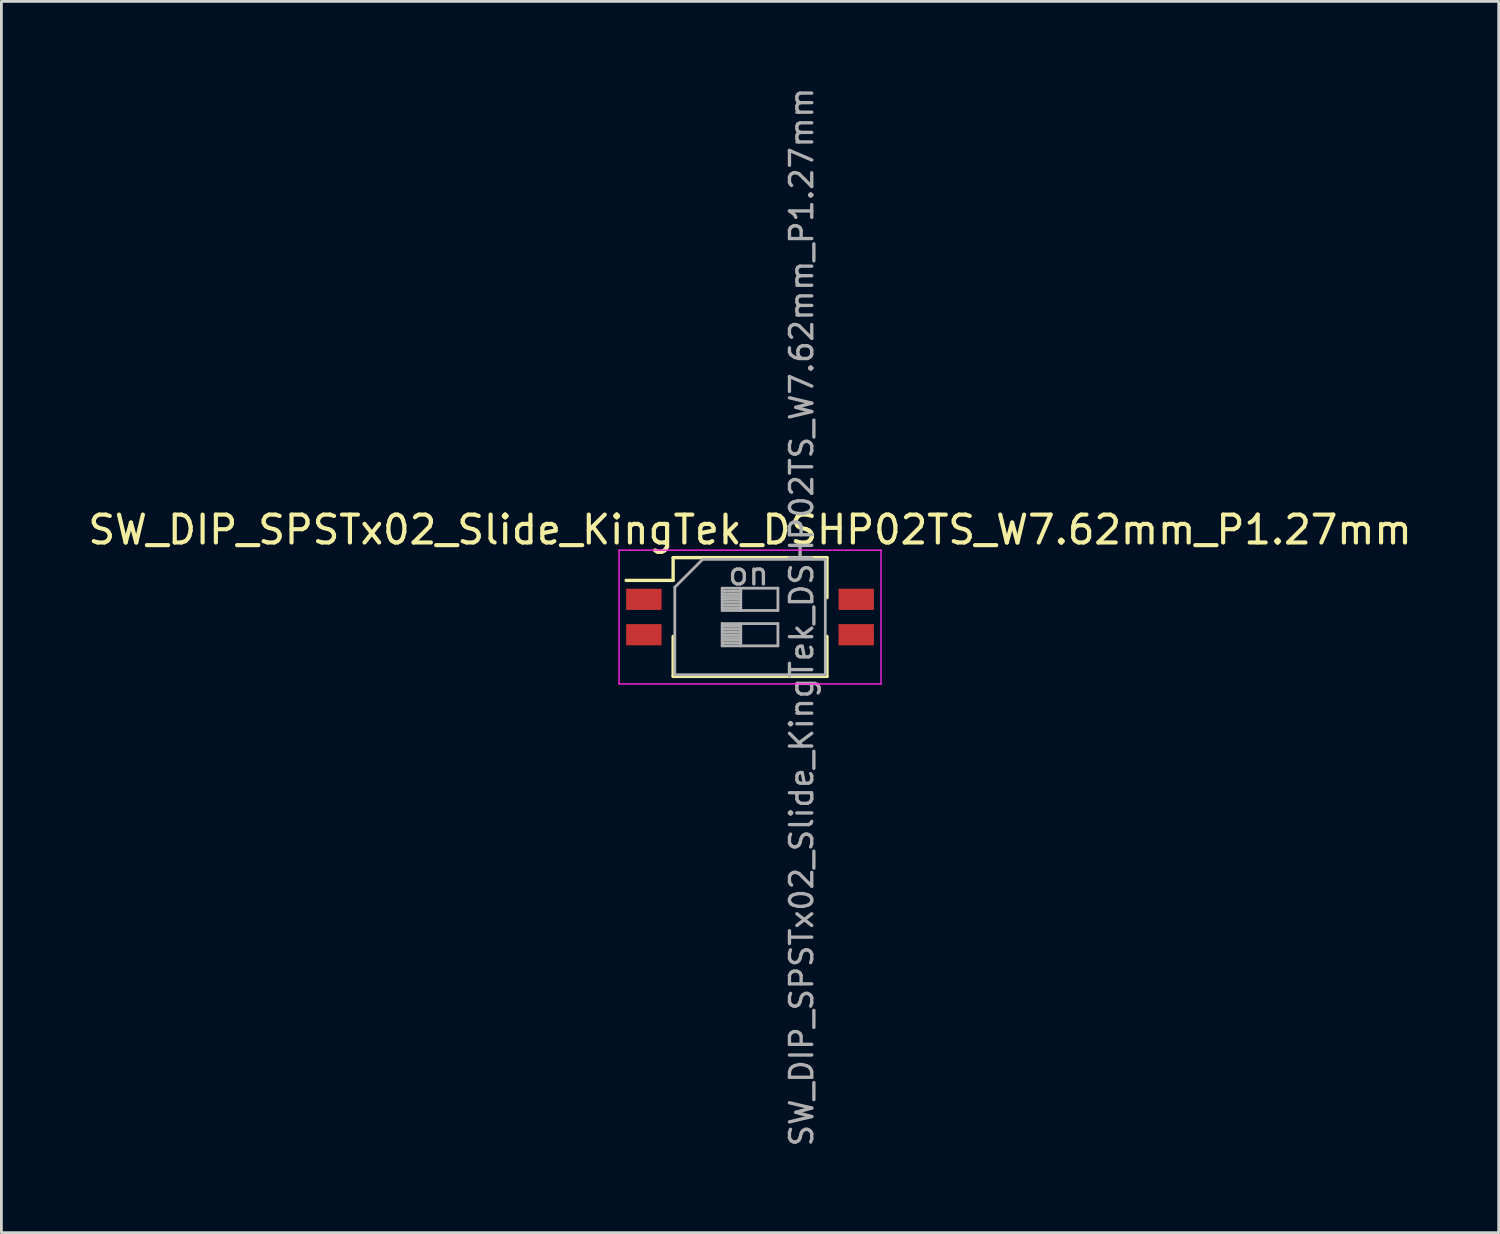
<source format=kicad_pcb>
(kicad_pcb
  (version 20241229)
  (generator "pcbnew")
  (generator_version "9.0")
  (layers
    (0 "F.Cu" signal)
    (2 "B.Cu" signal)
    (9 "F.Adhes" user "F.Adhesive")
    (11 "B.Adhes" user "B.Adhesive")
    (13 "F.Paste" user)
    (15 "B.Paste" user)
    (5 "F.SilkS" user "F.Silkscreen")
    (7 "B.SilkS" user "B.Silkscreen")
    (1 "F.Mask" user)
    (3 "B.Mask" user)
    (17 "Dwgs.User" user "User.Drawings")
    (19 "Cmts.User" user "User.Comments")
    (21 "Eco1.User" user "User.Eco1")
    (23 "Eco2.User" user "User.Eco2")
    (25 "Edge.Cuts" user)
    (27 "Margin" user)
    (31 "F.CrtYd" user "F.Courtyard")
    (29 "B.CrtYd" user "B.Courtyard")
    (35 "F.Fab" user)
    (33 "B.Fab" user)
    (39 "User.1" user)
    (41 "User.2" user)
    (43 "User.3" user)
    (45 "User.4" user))
  (footprint "SW_DIP_SPSTx02_Slide_KingTek_DSHP02TS_W7.62mm_P1.27mm"
    (layer "F.Cu")
    (at 23.863 19.09)
    (property "Reference" "SW_DIP_SPSTx02_Slide_KingTek_DSHP02TS_W7.62mm_P1.27mm" (at 0 -3.13 0) (layer "F.SilkS") (effects (font (size 1 1) (thickness 0.15))))
    (attr smd)
    (fp_line (start -4.446 -1.315) (end -2.76 -1.315) (stroke (width 0.12) (type solid)) (layer "F.SilkS"))
    (fp_line (start -2.76 -2.131) (end -2.76 -1.315) (stroke (width 0.12) (type solid)) (layer "F.SilkS"))
    (fp_line (start -2.76 -2.131) (end 2.76 -2.131) (stroke (width 0.12) (type solid)) (layer "F.SilkS"))
    (fp_line (start -2.76 0.695) (end -2.76 2.13) (stroke (width 0.12) (type solid)) (layer "F.SilkS"))
    (fp_line (start -2.76 2.13) (end 2.76 2.13) (stroke (width 0.12) (type solid)) (layer "F.SilkS"))
    (fp_line (start 2.76 -2.131) (end 2.76 -0.696) (stroke (width 0.12) (type solid)) (layer "F.SilkS"))
    (fp_line (start 2.76 0.695) (end 2.76 2.13) (stroke (width 0.12) (type solid)) (layer "F.SilkS"))
    (fp_line (start -4.7 -2.4) (end -4.7 2.4) (stroke (width 0.05) (type solid)) (layer "F.CrtYd"))
    (fp_line (start -4.7 2.4) (end 4.7 2.4) (stroke (width 0.05) (type solid)) (layer "F.CrtYd"))
    (fp_line (start 4.7 -2.4) (end -4.7 -2.4) (stroke (width 0.05) (type solid)) (layer "F.CrtYd"))
    (fp_line (start 4.7 2.4) (end 4.7 -2.4) (stroke (width 0.05) (type solid)) (layer "F.CrtYd"))
    (fp_line (start -2.7 -1.07) (end -1.7 -2.07) (stroke (width 0.1) (type solid)) (layer "F.Fab"))
    (fp_line (start -2.7 2.07) (end -2.7 -1.07) (stroke (width 0.1) (type solid)) (layer "F.Fab"))
    (fp_line (start -1.7 -2.07) (end 2.7 -2.07) (stroke (width 0.1) (type solid)) (layer "F.Fab"))
    (fp_line (start -1 -1.035) (end -1 -0.235) (stroke (width 0.1) (type solid)) (layer "F.Fab"))
    (fp_line (start -1 -0.935) (end -0.333 -0.935) (stroke (width 0.1) (type solid)) (layer "F.Fab"))
    (fp_line (start -1 -0.835) (end -0.333 -0.835) (stroke (width 0.1) (type solid)) (layer "F.Fab"))
    (fp_line (start -1 -0.735) (end -0.333 -0.735) (stroke (width 0.1) (type solid)) (layer "F.Fab"))
    (fp_line (start -1 -0.635) (end -0.333 -0.635) (stroke (width 0.1) (type solid)) (layer "F.Fab"))
    (fp_line (start -1 -0.535) (end -0.333 -0.535) (stroke (width 0.1) (type solid)) (layer "F.Fab"))
    (fp_line (start -1 -0.435) (end -0.333 -0.435) (stroke (width 0.1) (type solid)) (layer "F.Fab"))
    (fp_line (start -1 -0.335) (end -0.333 -0.335) (stroke (width 0.1) (type solid)) (layer "F.Fab"))
    (fp_line (start -1 -0.235) (end 1 -0.235) (stroke (width 0.1) (type solid)) (layer "F.Fab"))
    (fp_line (start -1 0.235) (end -1 1.035) (stroke (width 0.1) (type solid)) (layer "F.Fab"))
    (fp_line (start -1 0.335) (end -0.333 0.335) (stroke (width 0.1) (type solid)) (layer "F.Fab"))
    (fp_line (start -1 0.435) (end -0.333 0.435) (stroke (width 0.1) (type solid)) (layer "F.Fab"))
    (fp_line (start -1 0.535) (end -0.333 0.535) (stroke (width 0.1) (type solid)) (layer "F.Fab"))
    (fp_line (start -1 0.635) (end -0.333 0.635) (stroke (width 0.1) (type solid)) (layer "F.Fab"))
    (fp_line (start -1 0.735) (end -0.333 0.735) (stroke (width 0.1) (type solid)) (layer "F.Fab"))
    (fp_line (start -1 0.835) (end -0.333 0.835) (stroke (width 0.1) (type solid)) (layer "F.Fab"))
    (fp_line (start -1 0.935) (end -0.333 0.935) (stroke (width 0.1) (type solid)) (layer "F.Fab"))
    (fp_line (start -1 1.035) (end 1 1.035) (stroke (width 0.1) (type solid)) (layer "F.Fab"))
    (fp_line (start -0.333 -1.035) (end -0.333 -0.235) (stroke (width 0.1) (type solid)) (layer "F.Fab"))
    (fp_line (start -0.333 0.235) (end -0.333 1.035) (stroke (width 0.1) (type solid)) (layer "F.Fab"))
    (fp_line (start 1 -1.035) (end -1 -1.035) (stroke (width 0.1) (type solid)) (layer "F.Fab"))
    (fp_line (start 1 -0.235) (end 1 -1.035) (stroke (width 0.1) (type solid)) (layer "F.Fab"))
    (fp_line (start 1 0.235) (end -1 0.235) (stroke (width 0.1) (type solid)) (layer "F.Fab"))
    (fp_line (start 1 1.035) (end 1 0.235) (stroke (width 0.1) (type solid)) (layer "F.Fab"))
    (fp_line (start 2.7 -2.07) (end 2.7 2.07) (stroke (width 0.1) (type solid)) (layer "F.Fab"))
    (fp_line (start 2.7 2.07) (end -2.7 2.07) (stroke (width 0.1) (type solid)) (layer "F.Fab"))
    (fp_text user "on" (at -0.055 -1.552 0) (layer "F.Fab") (effects (font (size 0.8 0.8) (thickness 0.12))))
    (fp_text user "${REFERENCE}" (at 1.85 0 90) (layer "F.Fab") (effects (font (size 0.8 0.8) (thickness 0.12))))
    (pad "1" smd rect (at -3.81 -0.635) (size 1.27 0.76) (layers "F.Cu" "F.Mask" "F.Paste"))
    (pad "2" smd rect (at -3.81 0.635) (size 1.27 0.76) (layers "F.Cu" "F.Mask" "F.Paste"))
    (pad "3" smd rect (at 3.81 0.635) (size 1.27 0.76) (layers "F.Cu" "F.Mask" "F.Paste"))
    (pad "4" smd rect (at 3.81 -0.635) (size 1.27 0.76) (layers "F.Cu" "F.Mask" "F.Paste")))
  (gr_rect
    (start -3 -3)
    (end 50.726 41.181)
    (stroke (width 0.1) (type default))
    (fill no)
    (layer "Edge.Cuts")))
</source>
